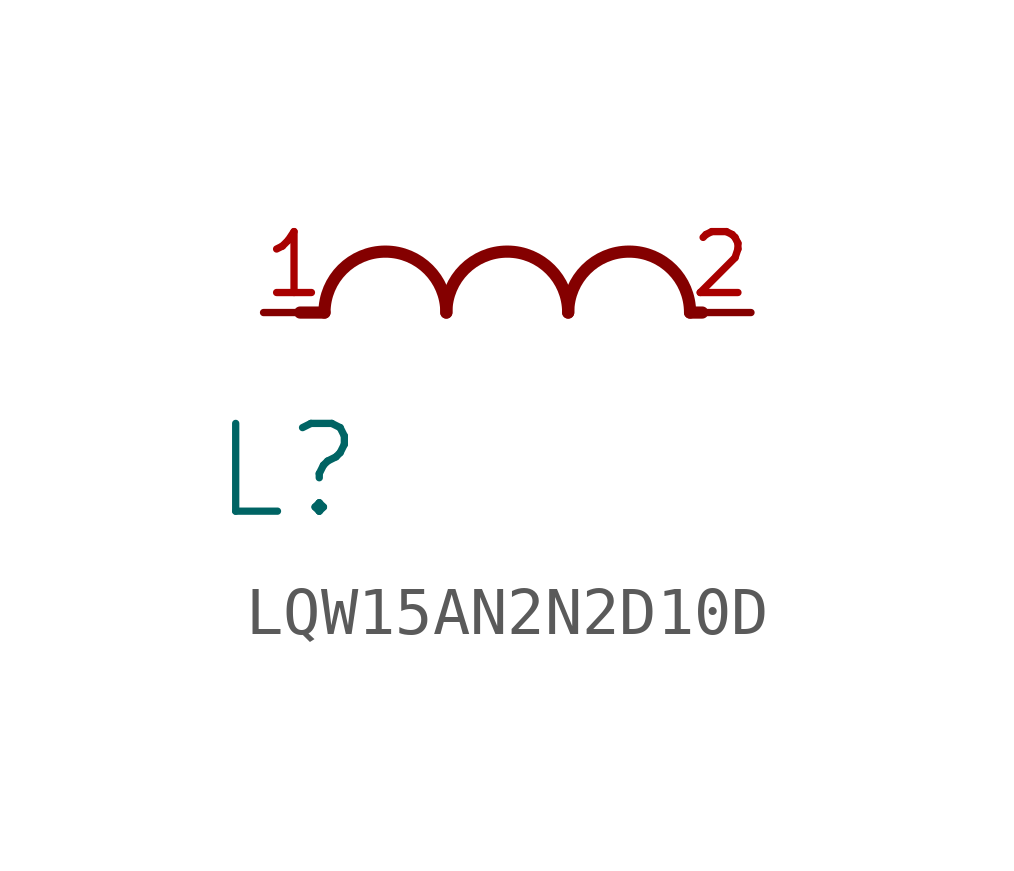
<source format=kicad_sym>
(kicad_symbol_lib
  (version 20231120)
  (generator "kicad_symbol_editor")
  (generator_version "8.0")
  (symbol "LQW15AN2N2D10D"
    (property "Reference" "L"
      (at 0.508 -3.302 0)
      (effects (font (size 1.829 1.829))))
    (symbol "LQW15AN2N2D10D_1_0"
      (polyline (pts (xy 1.27 0) (xy 0.762 0)) (stroke (width 0.254) (type solid)) (fill (type none)))
      (polyline (pts (xy 8.89 0) (xy 9.144 0)) (stroke (width 0.254) (type solid)) (fill (type none)))
      (arc (start 3.81 0) (mid 2.54 1.27) (end 1.27 0) (stroke (width 0.254) (type solid)) (fill (type none)))
      (arc (start 6.35 0) (mid 5.08 1.27) (end 3.81 0) (stroke (width 0.254) (type solid)) (fill (type none)))
      (arc (start 8.89 0) (mid 7.62 1.27) (end 6.35 0) (stroke (width 0.254) (type solid)) (fill (type none)))
      (pin passive line (at 0 0 0) (length 1.27) (name "1" (effects (font (size 0 0)))) (number "1" (effects (font (size 1.27 1.27)))))
      (pin passive line (at 10.16 0 180) (length 1.27) (name "2" (effects (font (size 0 0)))) (number "2" (effects (font (size 1.27 1.27))))))))
</source>
